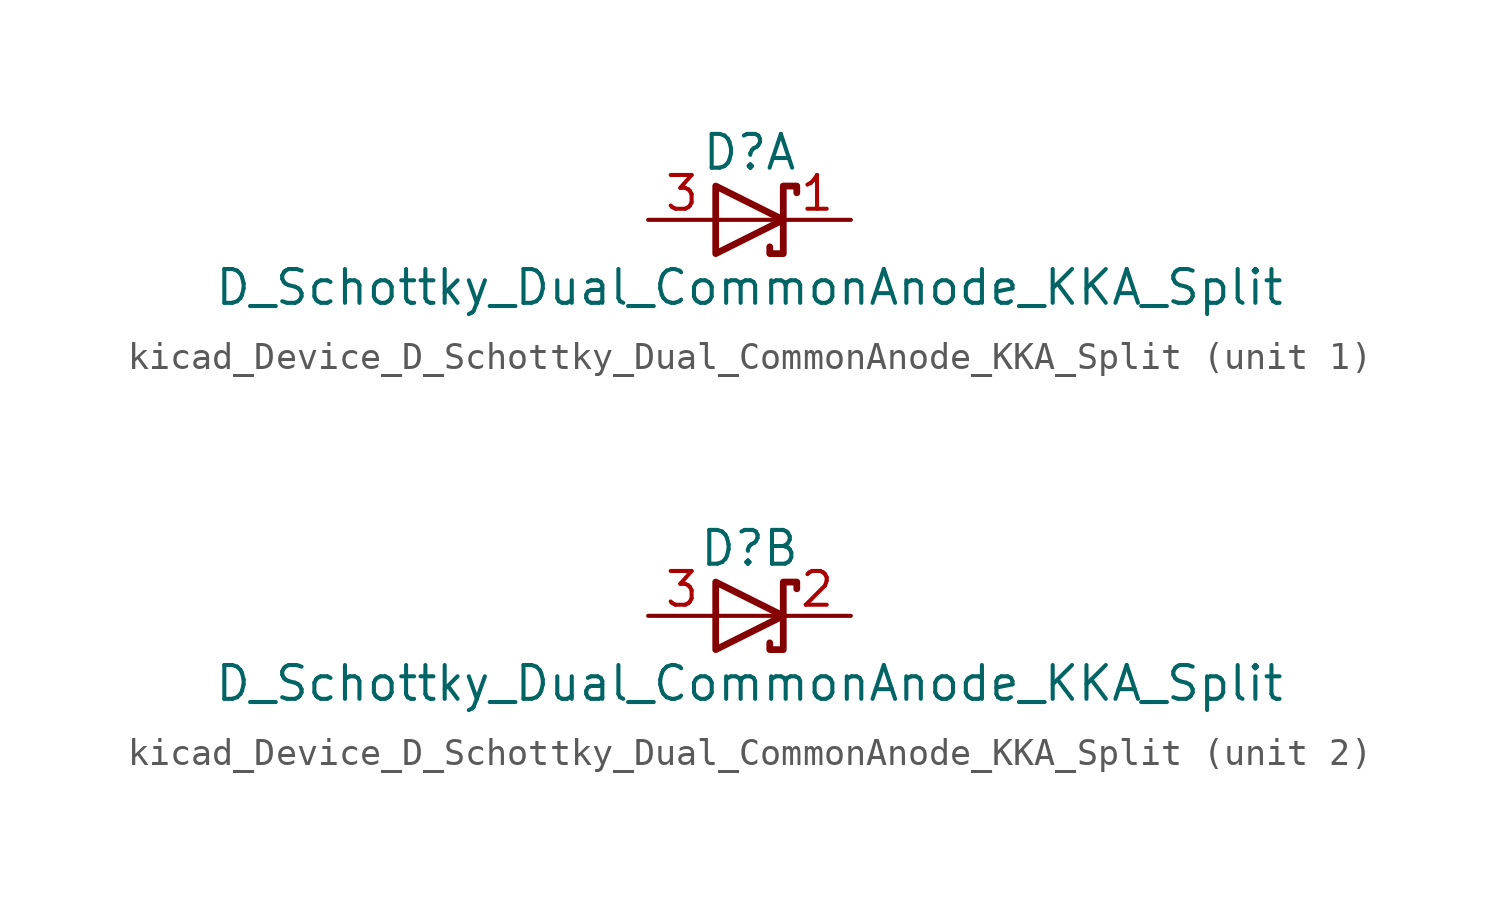
<source format=kicad_sym>
(kicad_symbol_lib
  (version 20220914)
  (generator kicad_symbol_editor)
  (symbol "kicad_Device_D_Schottky_Dual_CommonAnode_KKA_Split"
    (pin_names
      (offset 0.762) hide)
    (property "Reference" "D"
      (at 0 2.54 0)
      (effects (font (size 1.27 1.27))))
    (property "Value" "D_Schottky_Dual_CommonAnode_KKA_Split"
      (at 0 -2.54 0)
      (effects (font (size 1.27 1.27))))
    (property "ki_locked" ""
      (at 0 0 0)
      (effects (font (size 1.27 1.27))))
    (symbol "kicad_Device_D_Schottky_Dual_CommonAnode_KKA_Split_0_1"
      (polyline (pts (xy 1.27 0) (xy -1.27 0)) (stroke (width 0) (type default)) (fill (type none)))
      (polyline (pts (xy -1.27 1.27) (xy 1.27 0) (xy -1.27 -1.27) (xy -1.27 1.27) (xy -1.27 1.27) (xy -1.27 1.27)) (stroke (width 0.254) (type default)) (fill (type none)))
      (polyline (pts (xy 1.778 1.016) (xy 1.778 1.27) (xy 1.27 1.27) (xy 1.27 -1.27) (xy 0.762 -1.27) (xy 0.762 -1.016)) (stroke (width 0.254) (type default)) (fill (type none)))
      (pin passive line (at -3.81 0 0) (length 2.54) (name "A" (effects (font (size 1.27 1.27)))) (number "3" (effects (font (size 1.27 1.27))))))
    (symbol "kicad_Device_D_Schottky_Dual_CommonAnode_KKA_Split_1_1"
      (pin passive line (at 3.81 0 180) (length 2.54) (name "K" (effects (font (size 1.27 1.27)))) (number "1" (effects (font (size 1.27 1.27))))))
    (symbol "kicad_Device_D_Schottky_Dual_CommonAnode_KKA_Split_2_1"
      (pin passive line (at 3.81 0 180) (length 2.54) (name "K" (effects (font (size 1.27 1.27)))) (number "2" (effects (font (size 1.27 1.27))))))))
</source>
